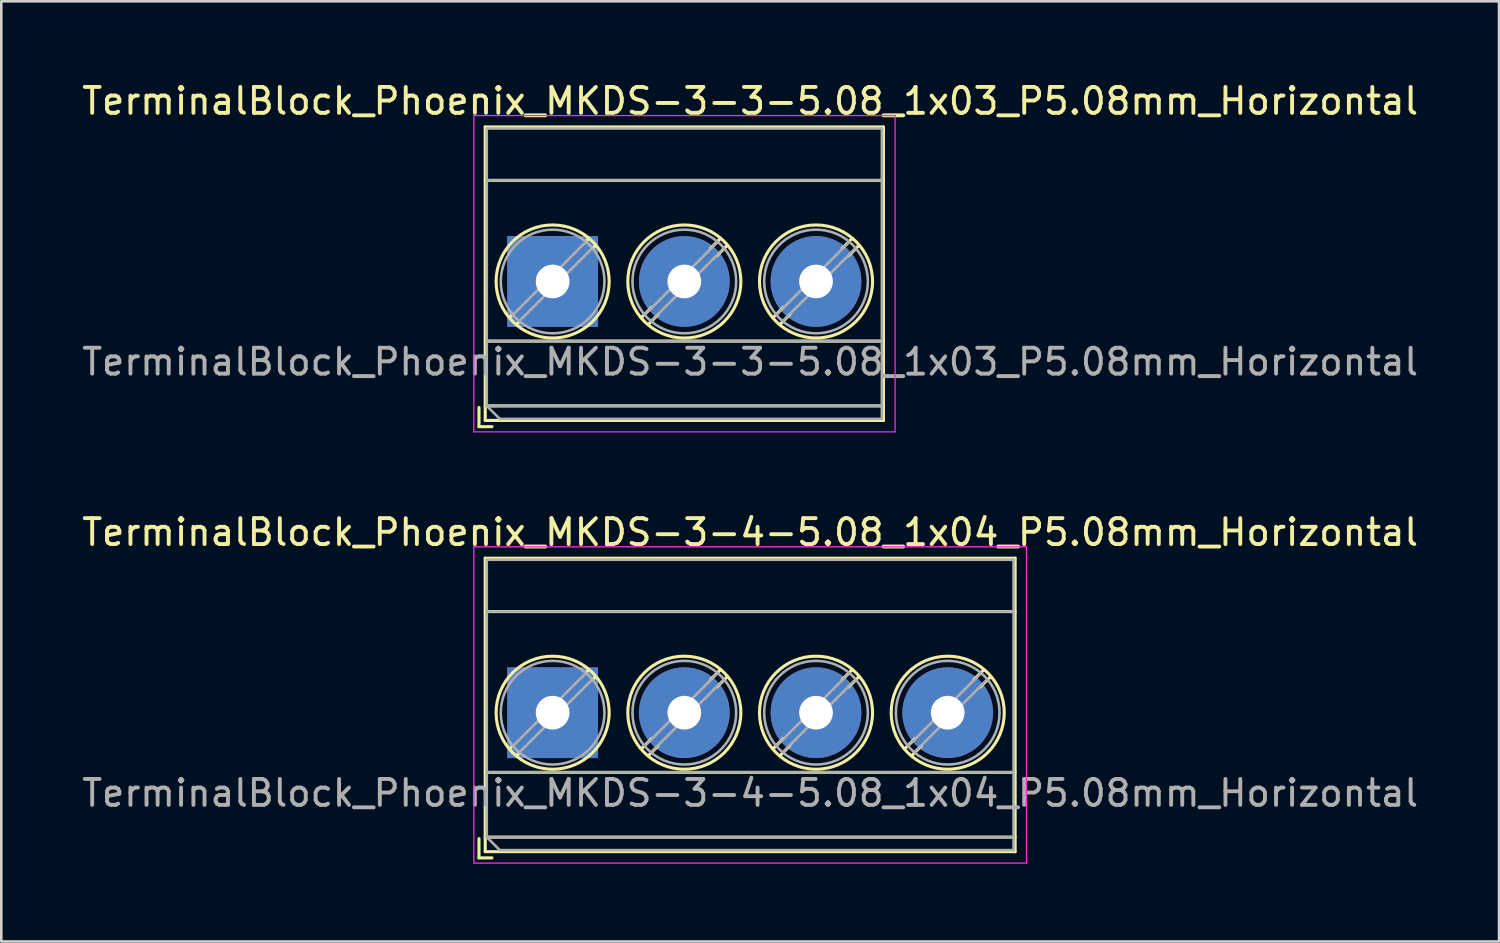
<source format=kicad_pcb>
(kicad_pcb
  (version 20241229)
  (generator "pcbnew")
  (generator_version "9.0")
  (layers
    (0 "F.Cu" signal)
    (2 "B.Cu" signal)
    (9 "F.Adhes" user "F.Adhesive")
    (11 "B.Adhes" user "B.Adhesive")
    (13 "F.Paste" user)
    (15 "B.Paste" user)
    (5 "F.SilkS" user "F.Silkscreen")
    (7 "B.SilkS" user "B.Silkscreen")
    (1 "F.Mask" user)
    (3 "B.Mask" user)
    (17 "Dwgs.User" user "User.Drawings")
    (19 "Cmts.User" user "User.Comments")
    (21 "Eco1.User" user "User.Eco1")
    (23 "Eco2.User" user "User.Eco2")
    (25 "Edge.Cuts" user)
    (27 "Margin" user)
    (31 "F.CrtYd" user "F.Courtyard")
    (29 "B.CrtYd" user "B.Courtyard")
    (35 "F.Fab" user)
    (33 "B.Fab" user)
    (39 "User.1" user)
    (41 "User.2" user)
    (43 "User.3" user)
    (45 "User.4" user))
  (footprint "TerminalBlock_Phoenix_MKDS-3-3-5.08_1x03_P5.08mm_Horizontal"
    (layer "F.Cu")
    (at 18.267 7.808)
    (property "Reference" "TerminalBlock_Phoenix_MKDS-3-3-5.08_1x03_P5.08mm_Horizontal" (at 7.62 -6.96 0) (layer "F.SilkS") (effects (font (size 1 1) (thickness 0.15))))
    (attr through_hole)
    (fp_line (start -2.84 4.86) (end -2.84 5.6) (stroke (width 0.12) (type solid)) (layer "F.SilkS"))
    (fp_line (start -2.84 5.6) (end -2.34 5.6) (stroke (width 0.12) (type solid)) (layer "F.SilkS"))
    (fp_line (start -2.6 -5.96) (end -2.6 5.36) (stroke (width 0.12) (type solid)) (layer "F.SilkS"))
    (fp_line (start -2.6 -5.96) (end 12.76 -5.96) (stroke (width 0.12) (type solid)) (layer "F.SilkS"))
    (fp_line (start -2.6 -3.9) (end 12.76 -3.9) (stroke (width 0.12) (type solid)) (layer "F.SilkS"))
    (fp_line (start -2.6 2.3) (end 12.76 2.3) (stroke (width 0.12) (type solid)) (layer "F.SilkS"))
    (fp_line (start -2.6 4.8) (end 12.76 4.8) (stroke (width 0.12) (type solid)) (layer "F.SilkS"))
    (fp_line (start -2.6 5.36) (end 12.76 5.36) (stroke (width 0.12) (type solid)) (layer "F.SilkS"))
    (fp_line (start -1.548 1.281) (end -1.654 1.388) (stroke (width 0.12) (type solid)) (layer "F.SilkS"))
    (fp_line (start -1.282 1.547) (end -1.388 1.654) (stroke (width 0.12) (type solid)) (layer "F.SilkS"))
    (fp_line (start 1.388 -1.654) (end 1.281 -1.547) (stroke (width 0.12) (type solid)) (layer "F.SilkS"))
    (fp_line (start 1.654 -1.388) (end 1.547 -1.281) (stroke (width 0.12) (type solid)) (layer "F.SilkS"))
    (fp_line (start 3.822 0.992) (end 3.427 1.388) (stroke (width 0.12) (type solid)) (layer "F.SilkS"))
    (fp_line (start 4.073 1.274) (end 3.693 1.654) (stroke (width 0.12) (type solid)) (layer "F.SilkS"))
    (fp_line (start 6.468 -1.654) (end 6.088 -1.274) (stroke (width 0.12) (type solid)) (layer "F.SilkS"))
    (fp_line (start 6.734 -1.388) (end 6.339 -0.992) (stroke (width 0.12) (type solid)) (layer "F.SilkS"))
    (fp_line (start 8.902 0.992) (end 8.507 1.388) (stroke (width 0.12) (type solid)) (layer "F.SilkS"))
    (fp_line (start 9.153 1.274) (end 8.773 1.654) (stroke (width 0.12) (type solid)) (layer "F.SilkS"))
    (fp_line (start 11.548 -1.654) (end 11.168 -1.274) (stroke (width 0.12) (type solid)) (layer "F.SilkS"))
    (fp_line (start 11.814 -1.388) (end 11.419 -0.992) (stroke (width 0.12) (type solid)) (layer "F.SilkS"))
    (fp_line (start 12.76 -5.96) (end 12.76 5.36) (stroke (width 0.12) (type solid)) (layer "F.SilkS"))
    (fp_circle (center 0 0) (end 2.18 0) (stroke (width 0.12) (type solid)) (fill no) (layer "F.SilkS"))
    (fp_circle (center 5.08 0) (end 7.26 0) (stroke (width 0.12) (type solid)) (fill no) (layer "F.SilkS"))
    (fp_circle (center 10.16 0) (end 12.34 0) (stroke (width 0.12) (type solid)) (fill no) (layer "F.SilkS"))
    (fp_line (start -3.04 -6.4) (end -3.04 5.8) (stroke (width 0.05) (type solid)) (layer "F.CrtYd"))
    (fp_line (start -3.04 5.8) (end 13.21 5.8) (stroke (width 0.05) (type solid)) (layer "F.CrtYd"))
    (fp_line (start 13.21 -6.4) (end -3.04 -6.4) (stroke (width 0.05) (type solid)) (layer "F.CrtYd"))
    (fp_line (start 13.21 5.8) (end 13.21 -6.4) (stroke (width 0.05) (type solid)) (layer "F.CrtYd"))
    (fp_line (start -2.54 -5.9) (end 12.7 -5.9) (stroke (width 0.1) (type solid)) (layer "F.Fab"))
    (fp_line (start -2.54 -3.9) (end 12.7 -3.9) (stroke (width 0.1) (type solid)) (layer "F.Fab"))
    (fp_line (start -2.54 2.3) (end 12.7 2.3) (stroke (width 0.1) (type solid)) (layer "F.Fab"))
    (fp_line (start -2.54 4.8) (end -2.54 -5.9) (stroke (width 0.1) (type solid)) (layer "F.Fab"))
    (fp_line (start -2.54 4.8) (end 12.7 4.8) (stroke (width 0.1) (type solid)) (layer "F.Fab"))
    (fp_line (start -2.04 5.3) (end -2.54 4.8) (stroke (width 0.1) (type solid)) (layer "F.Fab"))
    (fp_line (start 1.273 -1.517) (end -1.517 1.273) (stroke (width 0.1) (type solid)) (layer "F.Fab"))
    (fp_line (start 1.517 -1.273) (end -1.273 1.517) (stroke (width 0.1) (type solid)) (layer "F.Fab"))
    (fp_line (start 6.353 -1.517) (end 3.564 1.273) (stroke (width 0.1) (type solid)) (layer "F.Fab"))
    (fp_line (start 6.597 -1.273) (end 3.808 1.517) (stroke (width 0.1) (type solid)) (layer "F.Fab"))
    (fp_line (start 11.433 -1.517) (end 8.644 1.273) (stroke (width 0.1) (type solid)) (layer "F.Fab"))
    (fp_line (start 11.677 -1.273) (end 8.888 1.517) (stroke (width 0.1) (type solid)) (layer "F.Fab"))
    (fp_line (start 12.7 -5.9) (end 12.7 5.3) (stroke (width 0.1) (type solid)) (layer "F.Fab"))
    (fp_line (start 12.7 5.3) (end -2.04 5.3) (stroke (width 0.1) (type solid)) (layer "F.Fab"))
    (fp_circle (center 0 0) (end 2 0) (stroke (width 0.1) (type solid)) (fill no) (layer "F.Fab"))
    (fp_circle (center 5.08 0) (end 7.08 0) (stroke (width 0.1) (type solid)) (fill no) (layer "F.Fab"))
    (fp_circle (center 10.16 0) (end 12.16 0) (stroke (width 0.1) (type solid)) (fill no) (layer "F.Fab"))
    (fp_text user "${REFERENCE}" (at 7.62 3.1 0) (layer "F.Fab") (effects (font (size 1 1) (thickness 0.15))))
    (pad "1" thru_hole rect (at 0 0) (size 3.5 3.5) (drill 1.3) (layers "*.Cu" "*.Mask"))
    (pad "2" thru_hole circle (at 5.08 0) (size 3.5 3.5) (drill 1.3) (layers "*.Cu" "*.Mask"))
    (pad "3" thru_hole circle (at 10.16 0) (size 3.5 3.5) (drill 1.3) (layers "*.Cu" "*.Mask")))
  (footprint "TerminalBlock_Phoenix_MKDS-3-4-5.08_1x04_P5.08mm_Horizontal"
    (layer "F.Cu")
    (at 18.267 24.442)
    (property "Reference" "TerminalBlock_Phoenix_MKDS-3-4-5.08_1x04_P5.08mm_Horizontal" (at 7.62 -6.96 0) (layer "F.SilkS") (effects (font (size 1 1) (thickness 0.15))))
    (attr through_hole)
    (fp_line (start -2.84 4.86) (end -2.84 5.6) (stroke (width 0.12) (type solid)) (layer "F.SilkS"))
    (fp_line (start -2.84 5.6) (end -2.34 5.6) (stroke (width 0.12) (type solid)) (layer "F.SilkS"))
    (fp_line (start -2.6 -5.96) (end -2.6 5.36) (stroke (width 0.12) (type solid)) (layer "F.SilkS"))
    (fp_line (start -2.6 -5.96) (end 17.84 -5.96) (stroke (width 0.12) (type solid)) (layer "F.SilkS"))
    (fp_line (start -2.6 -3.9) (end 17.84 -3.9) (stroke (width 0.12) (type solid)) (layer "F.SilkS"))
    (fp_line (start -2.6 2.3) (end 17.84 2.3) (stroke (width 0.12) (type solid)) (layer "F.SilkS"))
    (fp_line (start -2.6 4.8) (end 17.84 4.8) (stroke (width 0.12) (type solid)) (layer "F.SilkS"))
    (fp_line (start -2.6 5.36) (end 17.84 5.36) (stroke (width 0.12) (type solid)) (layer "F.SilkS"))
    (fp_line (start -1.548 1.281) (end -1.654 1.388) (stroke (width 0.12) (type solid)) (layer "F.SilkS"))
    (fp_line (start -1.282 1.547) (end -1.388 1.654) (stroke (width 0.12) (type solid)) (layer "F.SilkS"))
    (fp_line (start 1.388 -1.654) (end 1.281 -1.547) (stroke (width 0.12) (type solid)) (layer "F.SilkS"))
    (fp_line (start 1.654 -1.388) (end 1.547 -1.281) (stroke (width 0.12) (type solid)) (layer "F.SilkS"))
    (fp_line (start 3.822 0.992) (end 3.427 1.388) (stroke (width 0.12) (type solid)) (layer "F.SilkS"))
    (fp_line (start 4.073 1.274) (end 3.693 1.654) (stroke (width 0.12) (type solid)) (layer "F.SilkS"))
    (fp_line (start 6.468 -1.654) (end 6.088 -1.274) (stroke (width 0.12) (type solid)) (layer "F.SilkS"))
    (fp_line (start 6.734 -1.388) (end 6.339 -0.992) (stroke (width 0.12) (type solid)) (layer "F.SilkS"))
    (fp_line (start 8.902 0.992) (end 8.507 1.388) (stroke (width 0.12) (type solid)) (layer "F.SilkS"))
    (fp_line (start 9.153 1.274) (end 8.773 1.654) (stroke (width 0.12) (type solid)) (layer "F.SilkS"))
    (fp_line (start 11.548 -1.654) (end 11.168 -1.274) (stroke (width 0.12) (type solid)) (layer "F.SilkS"))
    (fp_line (start 11.814 -1.388) (end 11.419 -0.992) (stroke (width 0.12) (type solid)) (layer "F.SilkS"))
    (fp_line (start 13.982 0.992) (end 13.587 1.388) (stroke (width 0.12) (type solid)) (layer "F.SilkS"))
    (fp_line (start 14.233 1.274) (end 13.853 1.654) (stroke (width 0.12) (type solid)) (layer "F.SilkS"))
    (fp_line (start 16.628 -1.654) (end 16.248 -1.274) (stroke (width 0.12) (type solid)) (layer "F.SilkS"))
    (fp_line (start 16.894 -1.388) (end 16.499 -0.992) (stroke (width 0.12) (type solid)) (layer "F.SilkS"))
    (fp_line (start 17.84 -5.96) (end 17.84 5.36) (stroke (width 0.12) (type solid)) (layer "F.SilkS"))
    (fp_circle (center 0 0) (end 2.18 0) (stroke (width 0.12) (type solid)) (fill no) (layer "F.SilkS"))
    (fp_circle (center 5.08 0) (end 7.26 0) (stroke (width 0.12) (type solid)) (fill no) (layer "F.SilkS"))
    (fp_circle (center 10.16 0) (end 12.34 0) (stroke (width 0.12) (type solid)) (fill no) (layer "F.SilkS"))
    (fp_circle (center 15.24 0) (end 17.42 0) (stroke (width 0.12) (type solid)) (fill no) (layer "F.SilkS"))
    (fp_line (start -3.04 -6.4) (end -3.04 5.8) (stroke (width 0.05) (type solid)) (layer "F.CrtYd"))
    (fp_line (start -3.04 5.8) (end 18.28 5.8) (stroke (width 0.05) (type solid)) (layer "F.CrtYd"))
    (fp_line (start 18.28 -6.4) (end -3.04 -6.4) (stroke (width 0.05) (type solid)) (layer "F.CrtYd"))
    (fp_line (start 18.28 5.8) (end 18.28 -6.4) (stroke (width 0.05) (type solid)) (layer "F.CrtYd"))
    (fp_line (start -2.54 -5.9) (end 17.78 -5.9) (stroke (width 0.1) (type solid)) (layer "F.Fab"))
    (fp_line (start -2.54 -3.9) (end 17.78 -3.9) (stroke (width 0.1) (type solid)) (layer "F.Fab"))
    (fp_line (start -2.54 2.3) (end 17.78 2.3) (stroke (width 0.1) (type solid)) (layer "F.Fab"))
    (fp_line (start -2.54 4.8) (end -2.54 -5.9) (stroke (width 0.1) (type solid)) (layer "F.Fab"))
    (fp_line (start -2.54 4.8) (end 17.78 4.8) (stroke (width 0.1) (type solid)) (layer "F.Fab"))
    (fp_line (start -2.04 5.3) (end -2.54 4.8) (stroke (width 0.1) (type solid)) (layer "F.Fab"))
    (fp_line (start 1.273 -1.517) (end -1.517 1.273) (stroke (width 0.1) (type solid)) (layer "F.Fab"))
    (fp_line (start 1.517 -1.273) (end -1.273 1.517) (stroke (width 0.1) (type solid)) (layer "F.Fab"))
    (fp_line (start 6.353 -1.517) (end 3.564 1.273) (stroke (width 0.1) (type solid)) (layer "F.Fab"))
    (fp_line (start 6.597 -1.273) (end 3.808 1.517) (stroke (width 0.1) (type solid)) (layer "F.Fab"))
    (fp_line (start 11.433 -1.517) (end 8.644 1.273) (stroke (width 0.1) (type solid)) (layer "F.Fab"))
    (fp_line (start 11.677 -1.273) (end 8.888 1.517) (stroke (width 0.1) (type solid)) (layer "F.Fab"))
    (fp_line (start 16.513 -1.517) (end 13.724 1.273) (stroke (width 0.1) (type solid)) (layer "F.Fab"))
    (fp_line (start 16.757 -1.273) (end 13.968 1.517) (stroke (width 0.1) (type solid)) (layer "F.Fab"))
    (fp_line (start 17.78 -5.9) (end 17.78 5.3) (stroke (width 0.1) (type solid)) (layer "F.Fab"))
    (fp_line (start 17.78 5.3) (end -2.04 5.3) (stroke (width 0.1) (type solid)) (layer "F.Fab"))
    (fp_circle (center 0 0) (end 2 0) (stroke (width 0.1) (type solid)) (fill no) (layer "F.Fab"))
    (fp_circle (center 5.08 0) (end 7.08 0) (stroke (width 0.1) (type solid)) (fill no) (layer "F.Fab"))
    (fp_circle (center 10.16 0) (end 12.16 0) (stroke (width 0.1) (type solid)) (fill no) (layer "F.Fab"))
    (fp_circle (center 15.24 0) (end 17.24 0) (stroke (width 0.1) (type solid)) (fill no) (layer "F.Fab"))
    (fp_text user "${REFERENCE}" (at 7.62 3.1 0) (layer "F.Fab") (effects (font (size 1 1) (thickness 0.15))))
    (pad "1" thru_hole rect (at 0 0) (size 3.5 3.5) (drill 1.3) (layers "*.Cu" "*.Mask"))
    (pad "2" thru_hole circle (at 5.08 0) (size 3.5 3.5) (drill 1.3) (layers "*.Cu" "*.Mask"))
    (pad "3" thru_hole circle (at 10.16 0) (size 3.5 3.5) (drill 1.3) (layers "*.Cu" "*.Mask"))
    (pad "4" thru_hole circle (at 15.24 0) (size 3.5 3.5) (drill 1.3) (layers "*.Cu" "*.Mask")))
  (gr_rect
    (start -3 -3)
    (end 54.774 33.267)
    (stroke (width 0.1) (type default))
    (fill no)
    (layer "Edge.Cuts")))
</source>
